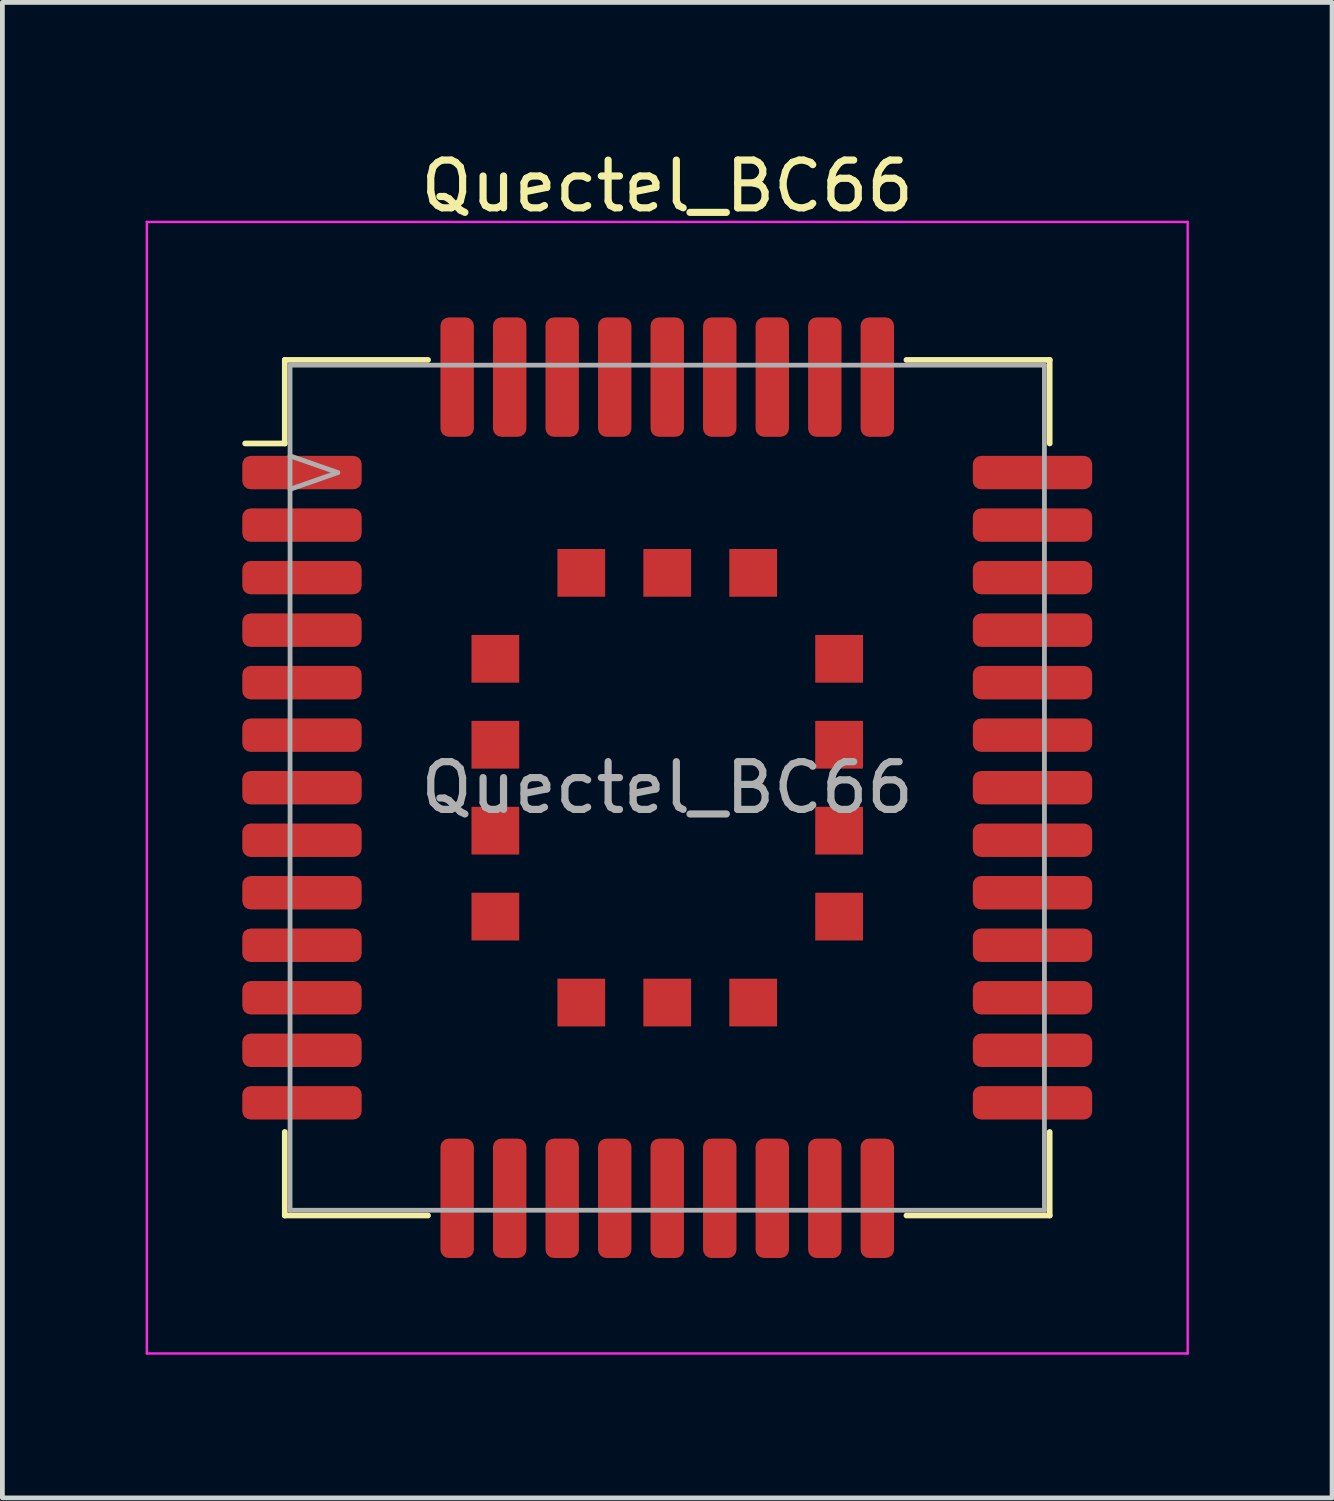
<source format=kicad_pcb>
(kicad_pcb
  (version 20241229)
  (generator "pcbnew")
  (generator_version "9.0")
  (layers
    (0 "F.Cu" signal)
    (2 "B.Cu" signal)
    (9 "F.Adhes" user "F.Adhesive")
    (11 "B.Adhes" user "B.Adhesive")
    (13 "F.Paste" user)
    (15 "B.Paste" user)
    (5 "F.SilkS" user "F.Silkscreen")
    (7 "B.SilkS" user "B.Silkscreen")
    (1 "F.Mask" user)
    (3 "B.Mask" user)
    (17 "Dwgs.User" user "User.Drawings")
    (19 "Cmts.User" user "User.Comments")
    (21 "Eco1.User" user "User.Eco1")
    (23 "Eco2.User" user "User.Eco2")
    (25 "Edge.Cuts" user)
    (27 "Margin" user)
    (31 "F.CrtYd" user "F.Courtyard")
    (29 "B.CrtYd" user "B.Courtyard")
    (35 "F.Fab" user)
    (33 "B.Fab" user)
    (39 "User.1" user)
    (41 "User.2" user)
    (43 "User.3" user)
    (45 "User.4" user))
  (footprint "Quectel_BC66"
    (layer "F.Cu")
    (at 10.925 13.448)
    (property "Reference" "Quectel_BC66" (at 0 -12.6 0) (layer "F.SilkS") (effects (font (size 1 1) (thickness 0.15))))
    (attr smd)
    (fp_line (start -8.84 -7.21) (end -8.01 -7.21) (stroke (width 0.12) (type solid)) (layer "F.SilkS"))
    (fp_line (start -8.01 -8.96) (end -8.01 -7.21) (stroke (width 0.12) (type solid)) (layer "F.SilkS"))
    (fp_line (start -8.01 -8.96) (end -5.01 -8.96) (stroke (width 0.12) (type solid)) (layer "F.SilkS"))
    (fp_line (start -8.01 7.21) (end -8.01 8.96) (stroke (width 0.12) (type solid)) (layer "F.SilkS"))
    (fp_line (start -8.01 8.96) (end -5.01 8.96) (stroke (width 0.12) (type solid)) (layer "F.SilkS"))
    (fp_line (start 5.01 -8.96) (end 8.01 -8.96) (stroke (width 0.12) (type solid)) (layer "F.SilkS"))
    (fp_line (start 5.01 8.96) (end 8.01 8.96) (stroke (width 0.12) (type solid)) (layer "F.SilkS"))
    (fp_line (start 8.01 -8.96) (end 8.01 -7.21) (stroke (width 0.12) (type solid)) (layer "F.SilkS"))
    (fp_line (start 8.01 7.21) (end 8.01 8.96) (stroke (width 0.12) (type solid)) (layer "F.SilkS"))
    (fp_line (start -10.9 -11.85) (end -10.9 11.85) (stroke (width 0.05) (type solid)) (layer "F.CrtYd"))
    (fp_line (start -10.9 -11.85) (end 10.9 -11.85) (stroke (width 0.05) (type solid)) (layer "F.CrtYd"))
    (fp_line (start -10.9 11.85) (end 10.9 11.85) (stroke (width 0.05) (type solid)) (layer "F.CrtYd"))
    (fp_line (start 10.9 -11.85) (end 10.9 11.85) (stroke (width 0.05) (type solid)) (layer "F.CrtYd"))
    (fp_line (start -7.9 -8.85) (end -7.9 8.85) (stroke (width 0.1) (type solid)) (layer "F.Fab"))
    (fp_line (start -7.9 -8.85) (end 7.9 -8.85) (stroke (width 0.1) (type solid)) (layer "F.Fab"))
    (fp_line (start -7.9 -6.95) (end -6.9 -6.6) (stroke (width 0.1) (type solid)) (layer "F.Fab"))
    (fp_line (start -7.9 8.85) (end 7.9 8.85) (stroke (width 0.1) (type solid)) (layer "F.Fab"))
    (fp_line (start -6.9 -6.6) (end -7.9 -6.25) (stroke (width 0.1) (type solid)) (layer "F.Fab"))
    (fp_line (start 7.9 -8.85) (end 7.9 8.85) (stroke (width 0.1) (type solid)) (layer "F.Fab"))
    (fp_text user "${REFERENCE}" (at 0 0 0) (layer "F.Fab") (effects (font (size 1 1) (thickness 0.15))))
    (pad "" smd roundrect (at -8.05 -6.6) (size 2.9 0.595) (layers "F.Paste") (roundrect_rratio 0.25))
    (pad "" smd roundrect (at -8.05 -5.5) (size 2.9 0.595) (layers "F.Paste") (roundrect_rratio 0.25))
    (pad "" smd roundrect (at -8.05 -4.4) (size 2.9 0.595) (layers "F.Paste") (roundrect_rratio 0.25))
    (pad "" smd roundrect (at -8.05 -3.3) (size 2.9 0.595) (layers "F.Paste") (roundrect_rratio 0.25))
    (pad "" smd roundrect (at -8.05 -2.2) (size 2.9 0.595) (layers "F.Paste") (roundrect_rratio 0.25))
    (pad "" smd roundrect (at -8.05 -1.1) (size 2.9 0.595) (layers "F.Paste") (roundrect_rratio 0.25))
    (pad "" smd roundrect (at -8.05 0) (size 2.9 0.595) (layers "F.Paste") (roundrect_rratio 0.25))
    (pad "" smd roundrect (at -8.05 1.1) (size 2.9 0.595) (layers "F.Paste") (roundrect_rratio 0.25))
    (pad "" smd roundrect (at -8.05 2.2) (size 2.9 0.595) (layers "F.Paste") (roundrect_rratio 0.25))
    (pad "" smd roundrect (at -8.05 3.3) (size 2.9 0.595) (layers "F.Paste") (roundrect_rratio 0.25))
    (pad "" smd roundrect (at -8.05 4.4) (size 2.9 0.595) (layers "F.Paste") (roundrect_rratio 0.25))
    (pad "" smd roundrect (at -8.05 5.5) (size 2.9 0.595) (layers "F.Paste") (roundrect_rratio 0.25))
    (pad "" smd roundrect (at -8.05 6.6) (size 2.9 0.595) (layers "F.Paste") (roundrect_rratio 0.25))
    (pad "" smd roundrect (at -4.4 -9 90) (size 2.9 0.595) (layers "F.Paste") (roundrect_rratio 0.25))
    (pad "" smd roundrect (at -4.4 9 90) (size 2.9 0.595) (layers "F.Paste") (roundrect_rratio 0.25))
    (pad "" smd circle (at -3.6 -2.7) (size 0.9 0.9) (layers "F.Paste"))
    (pad "" smd circle (at -3.6 -0.9) (size 0.9 0.9) (layers "F.Paste"))
    (pad "" smd circle (at -3.6 0.9) (size 0.9 0.9) (layers "F.Paste"))
    (pad "" smd circle (at -3.6 2.7) (size 0.9 0.9) (layers "F.Paste"))
    (pad "" smd roundrect (at -3.3 -9 90) (size 2.9 0.595) (layers "F.Paste") (roundrect_rratio 0.25))
    (pad "" smd roundrect (at -3.3 9 90) (size 2.9 0.595) (layers "F.Paste") (roundrect_rratio 0.25))
    (pad "" smd roundrect (at -2.2 -9 90) (size 2.9 0.595) (layers "F.Paste") (roundrect_rratio 0.25))
    (pad "" smd roundrect (at -2.2 9 90) (size 2.9 0.595) (layers "F.Paste") (roundrect_rratio 0.25))
    (pad "" smd circle (at -1.8 -4.5) (size 0.9 0.9) (layers "F.Paste"))
    (pad "" smd circle (at -1.8 4.5) (size 0.9 0.9) (layers "F.Paste"))
    (pad "" smd roundrect (at -1.1 -9 90) (size 2.9 0.595) (layers "F.Paste") (roundrect_rratio 0.25))
    (pad "" smd roundrect (at -1.1 9 90) (size 2.9 0.595) (layers "F.Paste") (roundrect_rratio 0.25))
    (pad "" smd roundrect (at 0 -9 90) (size 2.9 0.595) (layers "F.Paste") (roundrect_rratio 0.25))
    (pad "" smd circle (at 0 -4.5) (size 0.9 0.9) (layers "F.Paste"))
    (pad "" smd circle (at 0 4.5) (size 0.9 0.9) (layers "F.Paste"))
    (pad "" smd roundrect (at 0 9 90) (size 2.9 0.595) (layers "F.Paste") (roundrect_rratio 0.25))
    (pad "" smd roundrect (at 1.1 -9 90) (size 2.9 0.595) (layers "F.Paste") (roundrect_rratio 0.25))
    (pad "" smd roundrect (at 1.1 9 90) (size 2.9 0.595) (layers "F.Paste") (roundrect_rratio 0.25))
    (pad "" smd circle (at 1.8 -4.5) (size 0.9 0.9) (layers "F.Paste"))
    (pad "" smd circle (at 1.8 4.5) (size 0.9 0.9) (layers "F.Paste"))
    (pad "" smd roundrect (at 2.2 -9 90) (size 2.9 0.595) (layers "F.Paste") (roundrect_rratio 0.25))
    (pad "" smd roundrect (at 2.2 9 90) (size 2.9 0.595) (layers "F.Paste") (roundrect_rratio 0.25))
    (pad "" smd roundrect (at 3.3 -9 90) (size 2.9 0.595) (layers "F.Paste") (roundrect_rratio 0.25))
    (pad "" smd roundrect (at 3.3 9 90) (size 2.9 0.595) (layers "F.Paste") (roundrect_rratio 0.25))
    (pad "" smd circle (at 3.6 -2.7) (size 0.9 0.9) (layers "F.Paste"))
    (pad "" smd circle (at 3.6 -0.9) (size 0.9 0.9) (layers "F.Paste"))
    (pad "" smd circle (at 3.6 0.9) (size 0.9 0.9) (layers "F.Paste"))
    (pad "" smd circle (at 3.6 2.7) (size 0.9 0.9) (layers "F.Paste"))
    (pad "" smd roundrect (at 4.4 -9 90) (size 2.9 0.595) (layers "F.Paste") (roundrect_rratio 0.25))
    (pad "" smd roundrect (at 4.4 9 90) (size 2.9 0.595) (layers "F.Paste") (roundrect_rratio 0.25))
    (pad "" smd roundrect (at 8.05 -6.6) (size 2.9 0.595) (layers "F.Paste") (roundrect_rratio 0.25))
    (pad "" smd roundrect (at 8.05 -5.5) (size 2.9 0.595) (layers "F.Paste") (roundrect_rratio 0.25))
    (pad "" smd roundrect (at 8.05 -4.4) (size 2.9 0.595) (layers "F.Paste") (roundrect_rratio 0.25))
    (pad "" smd roundrect (at 8.05 -3.3) (size 2.9 0.595) (layers "F.Paste") (roundrect_rratio 0.25))
    (pad "" smd roundrect (at 8.05 -2.2) (size 2.9 0.595) (layers "F.Paste") (roundrect_rratio 0.25))
    (pad "" smd roundrect (at 8.05 -1.1) (size 2.9 0.595) (layers "F.Paste") (roundrect_rratio 0.25))
    (pad "" smd roundrect (at 8.05 0) (size 2.9 0.595) (layers "F.Paste") (roundrect_rratio 0.25))
    (pad "" smd roundrect (at 8.05 1.1) (size 2.9 0.595) (layers "F.Paste") (roundrect_rratio 0.25))
    (pad "" smd roundrect (at 8.05 2.2) (size 2.9 0.595) (layers "F.Paste") (roundrect_rratio 0.25))
    (pad "" smd roundrect (at 8.05 3.3) (size 2.9 0.595) (layers "F.Paste") (roundrect_rratio 0.25))
    (pad "" smd roundrect (at 8.05 4.4) (size 2.9 0.595) (layers "F.Paste") (roundrect_rratio 0.25))
    (pad "" smd roundrect (at 8.05 5.5) (size 2.9 0.595) (layers "F.Paste") (roundrect_rratio 0.25))
    (pad "" smd roundrect (at 8.05 6.6) (size 2.9 0.595) (layers "F.Paste") (roundrect_rratio 0.25))
    (pad "1" smd roundrect (at -7.65 -6.6) (size 2.5 0.7) (layers "F.Cu" "F.Mask") (roundrect_rratio 0.25))
    (pad "2" smd roundrect (at -7.65 -5.5) (size 2.5 0.7) (layers "F.Cu" "F.Mask") (roundrect_rratio 0.25))
    (pad "3" smd roundrect (at -7.65 -4.4) (size 2.5 0.7) (layers "F.Cu" "F.Mask") (roundrect_rratio 0.25))
    (pad "4" smd roundrect (at -7.65 -3.3) (size 2.5 0.7) (layers "F.Cu" "F.Mask") (roundrect_rratio 0.25))
    (pad "5" smd roundrect (at -7.65 -2.2) (size 2.5 0.7) (layers "F.Cu" "F.Mask") (roundrect_rratio 0.25))
    (pad "6" smd roundrect (at -7.65 -1.1) (size 2.5 0.7) (layers "F.Cu" "F.Mask") (roundrect_rratio 0.25))
    (pad "7" smd roundrect (at -7.65 0) (size 2.5 0.7) (layers "F.Cu" "F.Mask") (roundrect_rratio 0.25))
    (pad "8" smd roundrect (at -7.65 1.1) (size 2.5 0.7) (layers "F.Cu" "F.Mask") (roundrect_rratio 0.25))
    (pad "9" smd roundrect (at -7.65 2.2) (size 2.5 0.7) (layers "F.Cu" "F.Mask") (roundrect_rratio 0.25))
    (pad "10" smd roundrect (at -7.65 3.3) (size 2.5 0.7) (layers "F.Cu" "F.Mask") (roundrect_rratio 0.25))
    (pad "11" smd roundrect (at -7.65 4.4) (size 2.5 0.7) (layers "F.Cu" "F.Mask") (roundrect_rratio 0.25))
    (pad "12" smd roundrect (at -7.65 5.5) (size 2.5 0.7) (layers "F.Cu" "F.Mask") (roundrect_rratio 0.25))
    (pad "13" smd roundrect (at -7.65 6.6) (size 2.5 0.7) (layers "F.Cu" "F.Mask") (roundrect_rratio 0.25))
    (pad "14" smd roundrect (at -4.4 8.6 90) (size 2.5 0.7) (layers "F.Cu" "F.Mask") (roundrect_rratio 0.25))
    (pad "15" smd roundrect (at -3.3 8.6 90) (size 2.5 0.7) (layers "F.Cu" "F.Mask") (roundrect_rratio 0.25))
    (pad "16" smd roundrect (at -2.2 8.6 90) (size 2.5 0.7) (layers "F.Cu" "F.Mask") (roundrect_rratio 0.25))
    (pad "17" smd roundrect (at -1.1 8.6 90) (size 2.5 0.7) (layers "F.Cu" "F.Mask") (roundrect_rratio 0.25))
    (pad "18" smd roundrect (at 0 8.6 90) (size 2.5 0.7) (layers "F.Cu" "F.Mask") (roundrect_rratio 0.25))
    (pad "19" smd roundrect (at 1.1 8.6 90) (size 2.5 0.7) (layers "F.Cu" "F.Mask") (roundrect_rratio 0.25))
    (pad "20" smd roundrect (at 2.2 8.6 90) (size 2.5 0.7) (layers "F.Cu" "F.Mask") (roundrect_rratio 0.25))
    (pad "21" smd roundrect (at 3.3 8.6 90) (size 2.5 0.7) (layers "F.Cu" "F.Mask") (roundrect_rratio 0.25))
    (pad "22" smd roundrect (at 4.4 8.6 90) (size 2.5 0.7) (layers "F.Cu" "F.Mask") (roundrect_rratio 0.25))
    (pad "23" smd roundrect (at 7.65 6.6) (size 2.5 0.7) (layers "F.Cu" "F.Mask") (roundrect_rratio 0.25))
    (pad "24" smd roundrect (at 7.65 5.5) (size 2.5 0.7) (layers "F.Cu" "F.Mask") (roundrect_rratio 0.25))
    (pad "25" smd roundrect (at 7.65 4.4) (size 2.5 0.7) (layers "F.Cu" "F.Mask") (roundrect_rratio 0.25))
    (pad "26" smd roundrect (at 7.65 3.3) (size 2.5 0.7) (layers "F.Cu" "F.Mask") (roundrect_rratio 0.25))
    (pad "27" smd roundrect (at 7.65 2.2) (size 2.5 0.7) (layers "F.Cu" "F.Mask") (roundrect_rratio 0.25))
    (pad "28" smd roundrect (at 7.65 1.1) (size 2.5 0.7) (layers "F.Cu" "F.Mask") (roundrect_rratio 0.25))
    (pad "29" smd roundrect (at 7.65 0) (size 2.5 0.7) (layers "F.Cu" "F.Mask") (roundrect_rratio 0.25))
    (pad "30" smd roundrect (at 7.65 -1.1) (size 2.5 0.7) (layers "F.Cu" "F.Mask") (roundrect_rratio 0.25))
    (pad "31" smd roundrect (at 7.65 -2.2) (size 2.5 0.7) (layers "F.Cu" "F.Mask") (roundrect_rratio 0.25))
    (pad "32" smd roundrect (at 7.65 -3.3) (size 2.5 0.7) (layers "F.Cu" "F.Mask") (roundrect_rratio 0.25))
    (pad "33" smd roundrect (at 7.65 -4.4) (size 2.5 0.7) (layers "F.Cu" "F.Mask") (roundrect_rratio 0.25))
    (pad "34" smd roundrect (at 7.65 -5.5) (size 2.5 0.7) (layers "F.Cu" "F.Mask") (roundrect_rratio 0.25))
    (pad "35" smd roundrect (at 7.65 -6.6) (size 2.5 0.7) (layers "F.Cu" "F.Mask") (roundrect_rratio 0.25))
    (pad "36" smd roundrect (at 4.4 -8.6 270) (size 2.5 0.7) (layers "F.Cu" "F.Mask") (roundrect_rratio 0.25))
    (pad "37" smd roundrect (at 3.3 -8.6 270) (size 2.5 0.7) (layers "F.Cu" "F.Mask") (roundrect_rratio 0.25))
    (pad "38" smd roundrect (at 2.2 -8.6 270) (size 2.5 0.7) (layers "F.Cu" "F.Mask") (roundrect_rratio 0.25))
    (pad "39" smd roundrect (at 1.1 -8.6 270) (size 2.5 0.7) (layers "F.Cu" "F.Mask") (roundrect_rratio 0.25))
    (pad "40" smd roundrect (at 0 -8.6 270) (size 2.5 0.7) (layers "F.Cu" "F.Mask") (roundrect_rratio 0.25))
    (pad "41" smd roundrect (at -1.1 -8.6 270) (size 2.5 0.7) (layers "F.Cu" "F.Mask") (roundrect_rratio 0.25))
    (pad "42" smd roundrect (at -2.2 -8.6 270) (size 2.5 0.7) (layers "F.Cu" "F.Mask") (roundrect_rratio 0.25))
    (pad "43" smd roundrect (at -3.3 -8.6 270) (size 2.5 0.7) (layers "F.Cu" "F.Mask") (roundrect_rratio 0.25))
    (pad "44" smd roundrect (at -4.4 -8.6 270) (size 2.5 0.7) (layers "F.Cu" "F.Mask") (roundrect_rratio 0.25))
    (pad "45" smd rect (at -3.6 -2.7) (size 1 1) (layers "F.Cu" "F.Mask"))
    (pad "46" smd rect (at -3.6 -0.9) (size 1 1) (layers "F.Cu" "F.Mask"))
    (pad "47" smd rect (at -3.6 0.9) (size 1 1) (layers "F.Cu" "F.Mask"))
    (pad "48" smd rect (at -3.6 2.7) (size 1 1) (layers "F.Cu" "F.Mask"))
    (pad "49" smd rect (at -1.8 4.5) (size 1 1) (layers "F.Cu" "F.Mask"))
    (pad "50" smd rect (at 0 4.5) (size 1 1) (layers "F.Cu" "F.Mask"))
    (pad "51" smd rect (at 1.8 4.5) (size 1 1) (layers "F.Cu" "F.Mask"))
    (pad "52" smd rect (at 3.6 2.7) (size 1 1) (layers "F.Cu" "F.Mask"))
    (pad "53" smd rect (at 3.6 0.9) (size 1 1) (layers "F.Cu" "F.Mask"))
    (pad "54" smd rect (at 3.6 -0.9) (size 1 1) (layers "F.Cu" "F.Mask"))
    (pad "55" smd rect (at 3.6 -2.7) (size 1 1) (layers "F.Cu" "F.Mask"))
    (pad "56" smd rect (at 1.8 -4.5) (size 1 1) (layers "F.Cu" "F.Mask"))
    (pad "57" smd rect (at 0 -4.5) (size 1 1) (layers "F.Cu" "F.Mask"))
    (pad "58" smd rect (at -1.8 -4.5) (size 1 1) (layers "F.Cu" "F.Mask")))
  (gr_rect
    (start -3 -3)
    (end 24.85 28.323)
    (stroke (width 0.1) (type default))
    (fill no)
    (layer "Edge.Cuts")))
</source>
